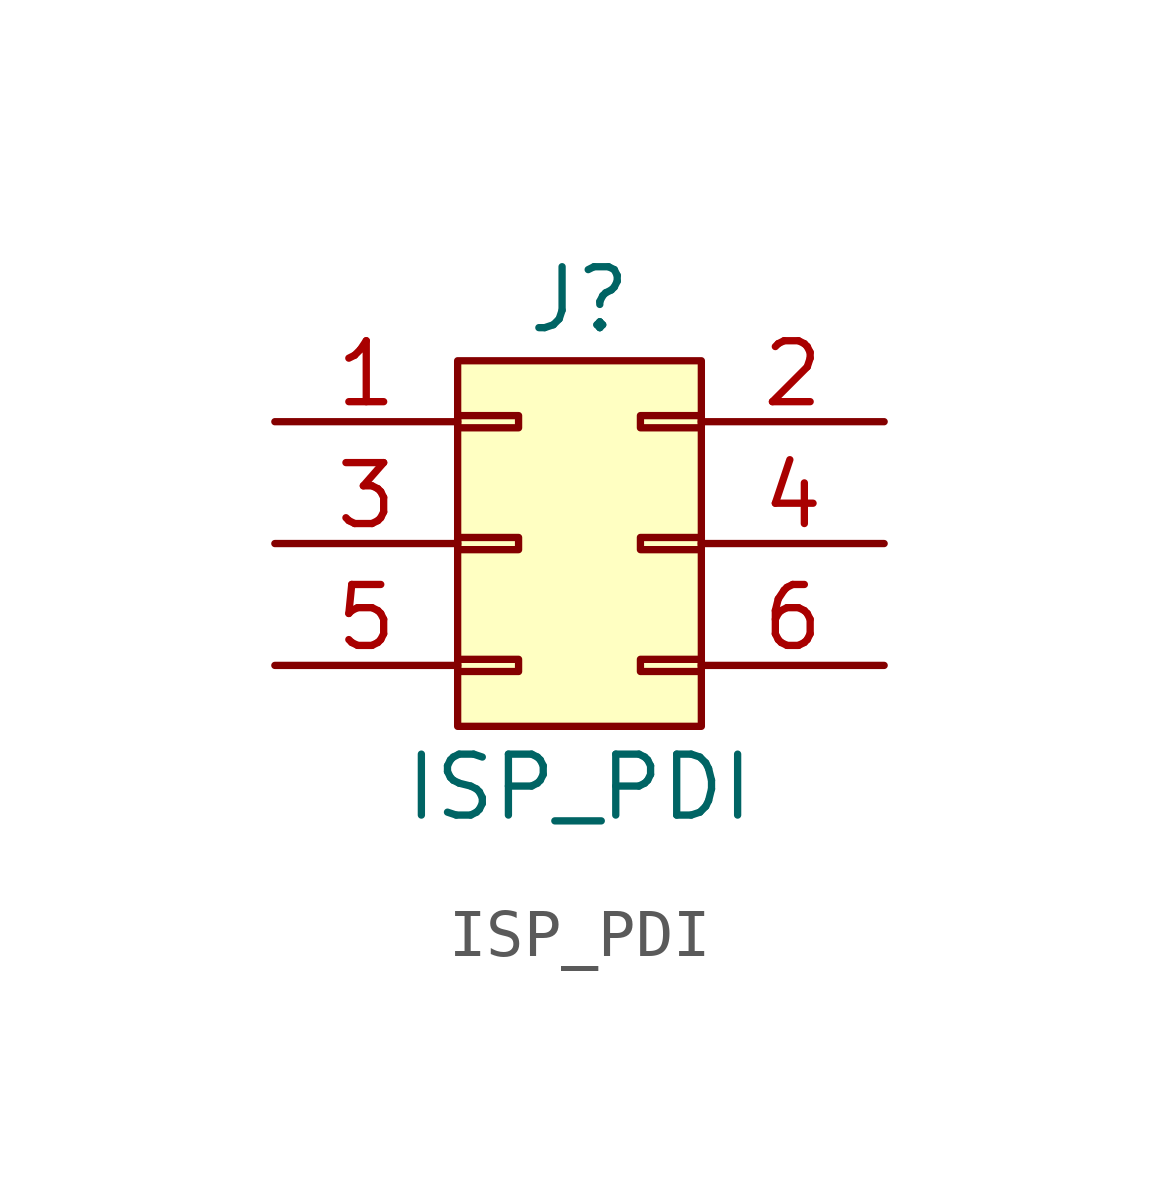
<source format=kicad_sym>
(kicad_symbol_lib
  (version 20211014)
  (generator kicad_symbol_editor)
  (symbol "ISP_PDI"
    (pin_names
      (offset 0.025) hide)
    (property "Reference" "J"
      (at 0 5.08 0)
      (effects (font (size 1.27 1.27))))
    (property "Value" "ISP_PDI"
      (at 0 -5.08 0)
      (effects (font (size 1.27 1.27))))
    (symbol "ISP_PDI_0_1"
      (rectangle (start -2.54 -2.413) (end -1.27 -2.667) (stroke (width 0) (type default) (color 0 0 0 0)) (fill (type none)))
      (rectangle (start -2.54 0.127) (end -1.27 -0.127) (stroke (width 0) (type default) (color 0 0 0 0)) (fill (type none)))
      (rectangle (start -2.54 2.667) (end -1.27 2.413) (stroke (width 0) (type default) (color 0 0 0 0)) (fill (type none)))
      (rectangle (start -2.54 3.81) (end 2.54 -3.81) (stroke (width 0) (type default) (color 0 0 0 0)) (fill (type background)))
      (rectangle (start 1.27 -2.413) (end 2.54 -2.667) (stroke (width 0) (type default) (color 0 0 0 0)) (fill (type none)))
      (rectangle (start 1.27 0.127) (end 2.54 -0.127) (stroke (width 0) (type default) (color 0 0 0 0)) (fill (type none)))
      (rectangle (start 1.27 2.667) (end 2.54 2.413) (stroke (width 0) (type default) (color 0 0 0 0)) (fill (type none))))
    (symbol "ISP_PDI_1_1"
      (pin passive line (at -6.35 2.54 0) (length 3.81) (name "P1" (effects (font (size 1.27 1.27)))) (number "1" (effects (font (size 1.27 1.27)))))
      (pin passive line (at 6.35 2.54 180) (length 3.81) (name "P2" (effects (font (size 1.27 1.27)))) (number "2" (effects (font (size 1.27 1.27)))))
      (pin passive line (at -6.35 0 0) (length 3.81) (name "P3" (effects (font (size 1.27 1.27)))) (number "3" (effects (font (size 1.27 1.27)))))
      (pin passive line (at 6.35 0 180) (length 3.81) (name "P4" (effects (font (size 1.27 1.27)))) (number "4" (effects (font (size 1.27 1.27)))))
      (pin passive line (at -6.35 -2.54 0) (length 3.81) (name "P5" (effects (font (size 1.27 1.27)))) (number "5" (effects (font (size 1.27 1.27)))))
      (pin passive line (at 6.35 -2.54 180) (length 3.81) (name "P6" (effects (font (size 1.27 1.27)))) (number "6" (effects (font (size 1.27 1.27))))))))
</source>
